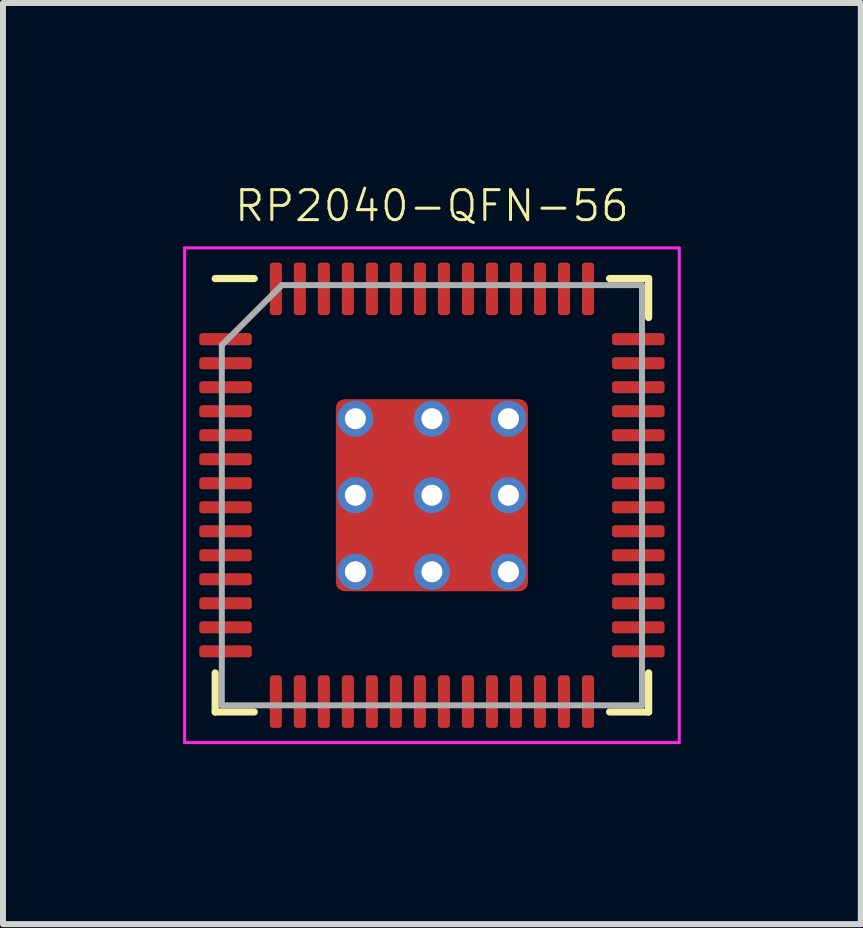
<source format=kicad_pcb>
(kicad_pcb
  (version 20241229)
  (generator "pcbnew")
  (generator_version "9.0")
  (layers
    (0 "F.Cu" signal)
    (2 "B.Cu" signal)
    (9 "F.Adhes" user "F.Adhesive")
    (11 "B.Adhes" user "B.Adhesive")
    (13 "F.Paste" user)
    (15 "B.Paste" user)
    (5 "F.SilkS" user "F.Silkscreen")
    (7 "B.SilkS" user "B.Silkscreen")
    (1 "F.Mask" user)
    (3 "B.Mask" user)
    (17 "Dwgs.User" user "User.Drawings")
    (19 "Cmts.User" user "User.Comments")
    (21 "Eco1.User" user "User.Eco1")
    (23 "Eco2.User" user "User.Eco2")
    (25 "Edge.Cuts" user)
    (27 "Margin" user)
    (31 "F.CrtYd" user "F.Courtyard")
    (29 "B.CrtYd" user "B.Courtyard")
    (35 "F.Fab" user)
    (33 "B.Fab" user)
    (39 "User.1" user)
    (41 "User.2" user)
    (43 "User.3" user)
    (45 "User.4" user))
  (footprint "RP2040-QFN-56"
    (layer "F.Cu")
    (at 4.145 5.2)
    (property "Reference" "RP2040-QFN-56" (at 0 -4.82 0) (layer "F.SilkS") (effects (font (size 0.5 0.5) (thickness 0.05))))
    (attr smd)
    (fp_line (start -3.61 3.61) (end -3.61 2.96) (stroke (width 0.12) (type solid)) (layer "F.SilkS"))
    (fp_line (start -2.96 -3.61) (end -3.61 -3.61) (stroke (width 0.12) (type solid)) (layer "F.SilkS"))
    (fp_line (start -2.96 3.61) (end -3.61 3.61) (stroke (width 0.12) (type solid)) (layer "F.SilkS"))
    (fp_line (start 2.96 -3.61) (end 3.61 -3.61) (stroke (width 0.12) (type solid)) (layer "F.SilkS"))
    (fp_line (start 2.96 3.61) (end 3.61 3.61) (stroke (width 0.12) (type solid)) (layer "F.SilkS"))
    (fp_line (start 3.61 -3.61) (end 3.61 -2.96) (stroke (width 0.12) (type solid)) (layer "F.SilkS"))
    (fp_line (start 3.61 3.61) (end 3.61 2.96) (stroke (width 0.12) (type solid)) (layer "F.SilkS"))
    (fp_line (start -4.12 -4.12) (end -4.12 4.12) (stroke (width 0.05) (type solid)) (layer "F.CrtYd"))
    (fp_line (start -4.12 4.12) (end 4.12 4.12) (stroke (width 0.05) (type solid)) (layer "F.CrtYd"))
    (fp_line (start 4.12 -4.12) (end -4.12 -4.12) (stroke (width 0.05) (type solid)) (layer "F.CrtYd"))
    (fp_line (start 4.12 4.12) (end 4.12 -4.12) (stroke (width 0.05) (type solid)) (layer "F.CrtYd"))
    (fp_line (start -3.5 -2.5) (end -2.5 -3.5) (stroke (width 0.1) (type solid)) (layer "F.Fab"))
    (fp_line (start -3.5 3.5) (end -3.5 -2.5) (stroke (width 0.1) (type solid)) (layer "F.Fab"))
    (fp_line (start -2.5 -3.5) (end 3.5 -3.5) (stroke (width 0.1) (type solid)) (layer "F.Fab"))
    (fp_line (start 3.5 -3.5) (end 3.5 3.5) (stroke (width 0.1) (type solid)) (layer "F.Fab"))
    (fp_line (start 3.5 3.5) (end -3.5 3.5) (stroke (width 0.1) (type solid)) (layer "F.Fab"))
    (pad "" smd roundrect (at -0.637 -0.637) (size 1.084 1.084) (layers "F.Paste") (roundrect_rratio 0.231))
    (pad "" smd roundrect (at -0.637 0.637) (size 1.084 1.084) (layers "F.Paste") (roundrect_rratio 0.231))
    (pad "" smd roundrect (at 0.637 -0.637) (size 1.084 1.084) (layers "F.Paste") (roundrect_rratio 0.231))
    (pad "" smd roundrect (at 0.637 0.637) (size 1.084 1.084) (layers "F.Paste") (roundrect_rratio 0.231))
    (pad "1" smd roundrect (at -3.438 -2.6) (size 0.875 0.2) (layers "F.Cu" "F.Mask" "F.Paste") (roundrect_rratio 0.25))
    (pad "2" smd roundrect (at -3.438 -2.2) (size 0.875 0.2) (layers "F.Cu" "F.Mask" "F.Paste") (roundrect_rratio 0.25))
    (pad "3" smd roundrect (at -3.438 -1.8) (size 0.875 0.2) (layers "F.Cu" "F.Mask" "F.Paste") (roundrect_rratio 0.25))
    (pad "4" smd roundrect (at -3.438 -1.4) (size 0.875 0.2) (layers "F.Cu" "F.Mask" "F.Paste") (roundrect_rratio 0.25))
    (pad "5" smd roundrect (at -3.438 -1) (size 0.875 0.2) (layers "F.Cu" "F.Mask" "F.Paste") (roundrect_rratio 0.25))
    (pad "6" smd roundrect (at -3.438 -0.6) (size 0.875 0.2) (layers "F.Cu" "F.Mask" "F.Paste") (roundrect_rratio 0.25))
    (pad "7" smd roundrect (at -3.438 -0.2) (size 0.875 0.2) (layers "F.Cu" "F.Mask" "F.Paste") (roundrect_rratio 0.25))
    (pad "8" smd roundrect (at -3.438 0.2) (size 0.875 0.2) (layers "F.Cu" "F.Mask" "F.Paste") (roundrect_rratio 0.25))
    (pad "9" smd roundrect (at -3.438 0.6) (size 0.875 0.2) (layers "F.Cu" "F.Mask" "F.Paste") (roundrect_rratio 0.25))
    (pad "10" smd roundrect (at -3.438 1) (size 0.875 0.2) (layers "F.Cu" "F.Mask" "F.Paste") (roundrect_rratio 0.25))
    (pad "11" smd roundrect (at -3.438 1.4) (size 0.875 0.2) (layers "F.Cu" "F.Mask" "F.Paste") (roundrect_rratio 0.25))
    (pad "12" smd roundrect (at -3.438 1.8) (size 0.875 0.2) (layers "F.Cu" "F.Mask" "F.Paste") (roundrect_rratio 0.25))
    (pad "13" smd roundrect (at -3.438 2.2) (size 0.875 0.2) (layers "F.Cu" "F.Mask" "F.Paste") (roundrect_rratio 0.25))
    (pad "14" smd roundrect (at -3.438 2.6) (size 0.875 0.2) (layers "F.Cu" "F.Mask" "F.Paste") (roundrect_rratio 0.25))
    (pad "15" smd roundrect (at -2.6 3.438) (size 0.2 0.875) (layers "F.Cu" "F.Mask" "F.Paste") (roundrect_rratio 0.25))
    (pad "16" smd roundrect (at -2.2 3.438) (size 0.2 0.875) (layers "F.Cu" "F.Mask" "F.Paste") (roundrect_rratio 0.25))
    (pad "17" smd roundrect (at -1.8 3.438) (size 0.2 0.875) (layers "F.Cu" "F.Mask" "F.Paste") (roundrect_rratio 0.25))
    (pad "18" smd roundrect (at -1.4 3.438) (size 0.2 0.875) (layers "F.Cu" "F.Mask" "F.Paste") (roundrect_rratio 0.25))
    (pad "19" smd roundrect (at -1 3.438) (size 0.2 0.875) (layers "F.Cu" "F.Mask" "F.Paste") (roundrect_rratio 0.25))
    (pad "20" smd roundrect (at -0.6 3.438) (size 0.2 0.875) (layers "F.Cu" "F.Mask" "F.Paste") (roundrect_rratio 0.25))
    (pad "21" smd roundrect (at -0.2 3.438) (size 0.2 0.875) (layers "F.Cu" "F.Mask" "F.Paste") (roundrect_rratio 0.25))
    (pad "22" smd roundrect (at 0.2 3.438) (size 0.2 0.875) (layers "F.Cu" "F.Mask" "F.Paste") (roundrect_rratio 0.25))
    (pad "23" smd roundrect (at 0.6 3.438) (size 0.2 0.875) (layers "F.Cu" "F.Mask" "F.Paste") (roundrect_rratio 0.25))
    (pad "24" smd roundrect (at 1 3.438) (size 0.2 0.875) (layers "F.Cu" "F.Mask" "F.Paste") (roundrect_rratio 0.25))
    (pad "25" smd roundrect (at 1.4 3.438) (size 0.2 0.875) (layers "F.Cu" "F.Mask" "F.Paste") (roundrect_rratio 0.25))
    (pad "26" smd roundrect (at 1.8 3.438) (size 0.2 0.875) (layers "F.Cu" "F.Mask" "F.Paste") (roundrect_rratio 0.25))
    (pad "27" smd roundrect (at 2.2 3.438) (size 0.2 0.875) (layers "F.Cu" "F.Mask" "F.Paste") (roundrect_rratio 0.25))
    (pad "28" smd roundrect (at 2.6 3.438) (size 0.2 0.875) (layers "F.Cu" "F.Mask" "F.Paste") (roundrect_rratio 0.25))
    (pad "29" smd roundrect (at 3.438 2.6) (size 0.875 0.2) (layers "F.Cu" "F.Mask" "F.Paste") (roundrect_rratio 0.25))
    (pad "30" smd roundrect (at 3.438 2.2) (size 0.875 0.2) (layers "F.Cu" "F.Mask" "F.Paste") (roundrect_rratio 0.25))
    (pad "31" smd roundrect (at 3.438 1.8) (size 0.875 0.2) (layers "F.Cu" "F.Mask" "F.Paste") (roundrect_rratio 0.25))
    (pad "32" smd roundrect (at 3.438 1.4) (size 0.875 0.2) (layers "F.Cu" "F.Mask" "F.Paste") (roundrect_rratio 0.25))
    (pad "33" smd roundrect (at 3.438 1) (size 0.875 0.2) (layers "F.Cu" "F.Mask" "F.Paste") (roundrect_rratio 0.25))
    (pad "34" smd roundrect (at 3.438 0.6) (size 0.875 0.2) (layers "F.Cu" "F.Mask" "F.Paste") (roundrect_rratio 0.25))
    (pad "35" smd roundrect (at 3.438 0.2) (size 0.875 0.2) (layers "F.Cu" "F.Mask" "F.Paste") (roundrect_rratio 0.25))
    (pad "36" smd roundrect (at 3.438 -0.2) (size 0.875 0.2) (layers "F.Cu" "F.Mask" "F.Paste") (roundrect_rratio 0.25))
    (pad "37" smd roundrect (at 3.438 -0.6) (size 0.875 0.2) (layers "F.Cu" "F.Mask" "F.Paste") (roundrect_rratio 0.25))
    (pad "38" smd roundrect (at 3.438 -1) (size 0.875 0.2) (layers "F.Cu" "F.Mask" "F.Paste") (roundrect_rratio 0.25))
    (pad "39" smd roundrect (at 3.438 -1.4) (size 0.875 0.2) (layers "F.Cu" "F.Mask" "F.Paste") (roundrect_rratio 0.25))
    (pad "40" smd roundrect (at 3.438 -1.8) (size 0.875 0.2) (layers "F.Cu" "F.Mask" "F.Paste") (roundrect_rratio 0.25))
    (pad "41" smd roundrect (at 3.438 -2.2) (size 0.875 0.2) (layers "F.Cu" "F.Mask" "F.Paste") (roundrect_rratio 0.25))
    (pad "42" smd roundrect (at 3.438 -2.6) (size 0.875 0.2) (layers "F.Cu" "F.Mask" "F.Paste") (roundrect_rratio 0.25))
    (pad "43" smd roundrect (at 2.6 -3.438) (size 0.2 0.875) (layers "F.Cu" "F.Mask" "F.Paste") (roundrect_rratio 0.25))
    (pad "44" smd roundrect (at 2.2 -3.438) (size 0.2 0.875) (layers "F.Cu" "F.Mask" "F.Paste") (roundrect_rratio 0.25))
    (pad "45" smd roundrect (at 1.8 -3.438) (size 0.2 0.875) (layers "F.Cu" "F.Mask" "F.Paste") (roundrect_rratio 0.25))
    (pad "46" smd roundrect (at 1.4 -3.438) (size 0.2 0.875) (layers "F.Cu" "F.Mask" "F.Paste") (roundrect_rratio 0.25))
    (pad "47" smd roundrect (at 1 -3.438) (size 0.2 0.875) (layers "F.Cu" "F.Mask" "F.Paste") (roundrect_rratio 0.25))
    (pad "48" smd roundrect (at 0.6 -3.438) (size 0.2 0.875) (layers "F.Cu" "F.Mask" "F.Paste") (roundrect_rratio 0.25))
    (pad "49" smd roundrect (at 0.2 -3.438) (size 0.2 0.875) (layers "F.Cu" "F.Mask" "F.Paste") (roundrect_rratio 0.25))
    (pad "50" smd roundrect (at -0.2 -3.438) (size 0.2 0.875) (layers "F.Cu" "F.Mask" "F.Paste") (roundrect_rratio 0.25))
    (pad "51" smd roundrect (at -0.6 -3.438) (size 0.2 0.875) (layers "F.Cu" "F.Mask" "F.Paste") (roundrect_rratio 0.25))
    (pad "52" smd roundrect (at -1 -3.438) (size 0.2 0.875) (layers "F.Cu" "F.Mask" "F.Paste") (roundrect_rratio 0.25))
    (pad "53" smd roundrect (at -1.4 -3.438) (size 0.2 0.875) (layers "F.Cu" "F.Mask" "F.Paste") (roundrect_rratio 0.25))
    (pad "54" smd roundrect (at -1.8 -3.438) (size 0.2 0.875) (layers "F.Cu" "F.Mask" "F.Paste") (roundrect_rratio 0.25))
    (pad "55" smd roundrect (at -2.2 -3.438) (size 0.2 0.875) (layers "F.Cu" "F.Mask" "F.Paste") (roundrect_rratio 0.25))
    (pad "56" smd roundrect (at -2.6 -3.438) (size 0.2 0.875) (layers "F.Cu" "F.Mask" "F.Paste") (roundrect_rratio 0.25))
    (pad "57" thru_hole circle (at -1.275 -1.275) (size 0.6 0.6) (drill 0.35) (layers "*.Cu"))
    (pad "57" thru_hole circle (at -1.275 0) (size 0.6 0.6) (drill 0.35) (layers "*.Cu"))
    (pad "57" thru_hole circle (at -1.275 1.275) (size 0.6 0.6) (drill 0.35) (layers "*.Cu"))
    (pad "57" thru_hole circle (at 0 -1.275) (size 0.6 0.6) (drill 0.35) (layers "*.Cu"))
    (pad "57" thru_hole circle (at 0 0) (size 0.6 0.6) (drill 0.35) (layers "*.Cu"))
    (pad "57" smd roundrect (at 0 0) (size 3.2 3.2) (layers "F.Cu" "F.Mask") (roundrect_rratio 0.045))
    (pad "57" thru_hole circle (at 0 1.275) (size 0.6 0.6) (drill 0.35) (layers "*.Cu"))
    (pad "57" thru_hole circle (at 1.275 -1.275) (size 0.6 0.6) (drill 0.35) (layers "*.Cu"))
    (pad "57" thru_hole circle (at 1.275 0) (size 0.6 0.6) (drill 0.35) (layers "*.Cu"))
    (pad "57" thru_hole circle (at 1.275 1.275) (size 0.6 0.6) (drill 0.35) (layers "*.Cu")))
  (gr_rect
    (start -3 -3)
    (end 11.29 12.345)
    (stroke (width 0.1) (type default))
    (fill no)
    (layer "Edge.Cuts")))
</source>
